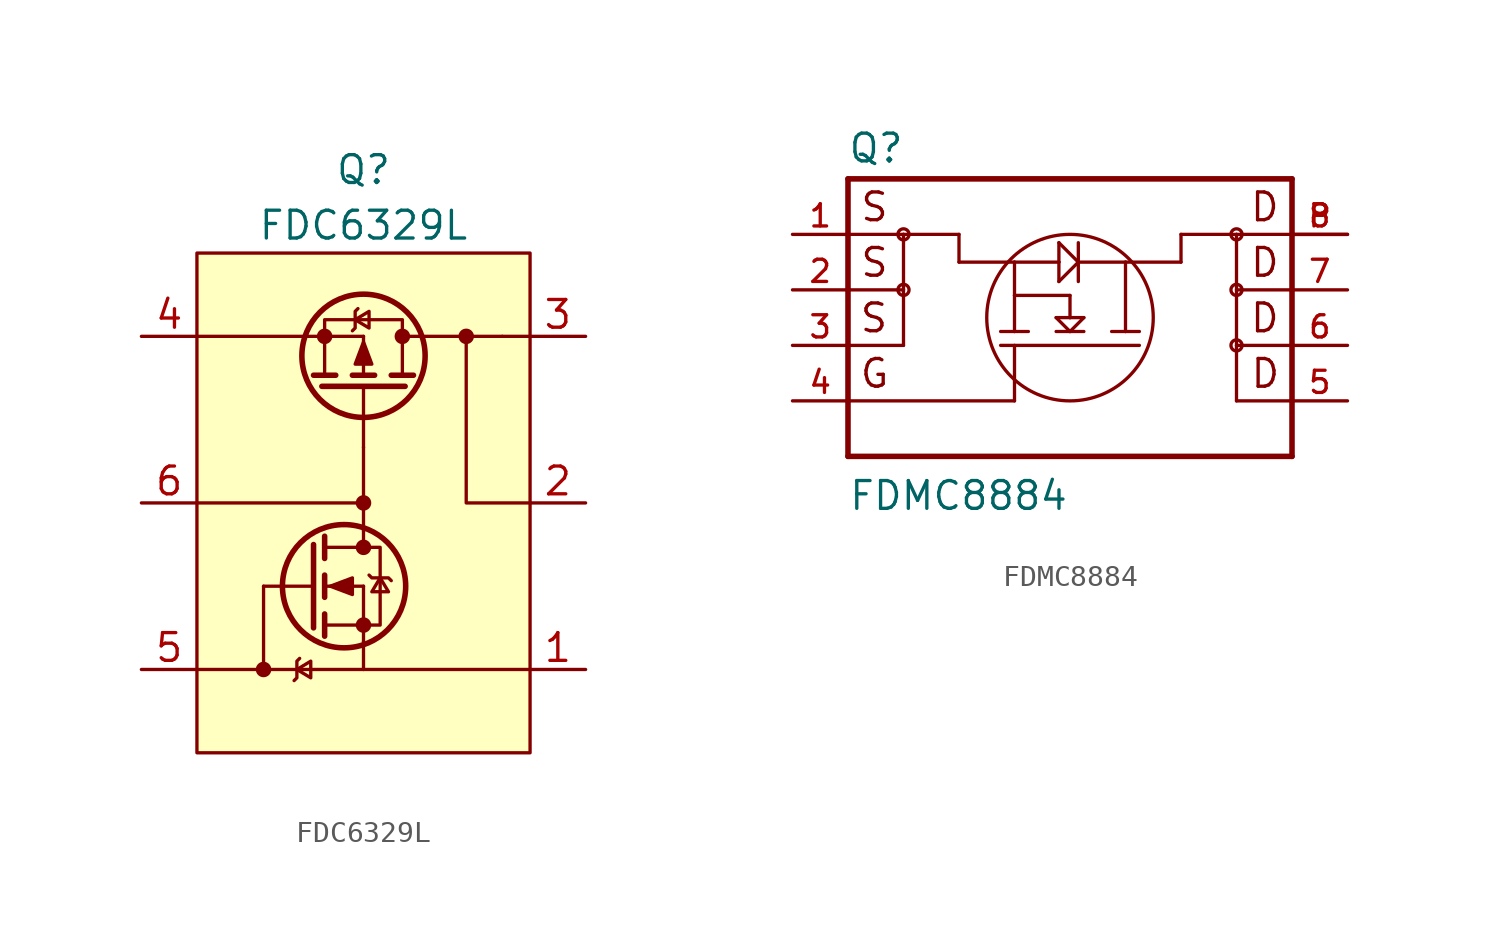
<source format=kicad_sym>
(kicad_symbol_lib
  (version 20201005)
  (generator kicad_symbol_editor)
  (symbol "FDC6329L"
    (pin_names
      (offset 1.016))
    (property "Reference" "Q"
      (at 0 15.24 0)
      (effects (font (size 1.27 1.27))))
    (property "Value" "FDC6329L"
      (at 0 12.7 0)
      (effects (font (size 1.27 1.27))))
    (symbol "FDC6329L_0_1"
      (rectangle (start 7.62 11.43) (end -7.62 -11.43) (stroke (width 0)) (fill (type background)))
      (polyline (pts (xy -7.62 0) (xy 0 0)) (stroke (width 0)) (fill (type none)))
      (polyline (pts (xy -4.572 -7.62) (xy -7.62 -7.62)) (stroke (width 0)) (fill (type none)))
      (polyline (pts (xy -4.572 -3.81) (xy -2.286 -3.81)) (stroke (width 0)) (fill (type none)))
      (polyline (pts (xy -2.54 7.62) (xy -7.62 7.62)) (stroke (width 0)) (fill (type none)))
      (polyline (pts (xy 0 -1.27) (xy 0 2.54)) (stroke (width 0)) (fill (type none)))
      (polyline (pts (xy 2.54 7.62) (xy 6.35 7.62)) (stroke (width 0)) (fill (type none)))
      (polyline (pts (xy 7.62 -7.62) (xy 0 -7.62)) (stroke (width 0)) (fill (type none)))
      (polyline (pts (xy 7.62 7.62) (xy 6.35 7.62)) (stroke (width 0)) (fill (type none)))
      (polyline (pts (xy 7.62 0) (xy 4.699 0) (xy 4.699 7.62)) (stroke (width 0)) (fill (type none)))
      (polyline (pts (xy 0 -6.35) (xy 0 -7.62) (xy -3.81 -7.62) (xy -4.572 -7.62) (xy -4.572 -3.81)) (stroke (width 0)) (fill (type none))))
    (symbol "FDC6329L_1_1"
      (circle (center -4.572 -7.62) (radius 0.279) (stroke (width 0)) (fill (type outline)))
      (circle (center -1.778 7.62) (radius 0.279) (stroke (width 0)) (fill (type outline)))
      (circle (center -0.889 -3.81) (radius 2.819) (stroke (width 0.254)) (fill (type none)))
      (circle (center 0 -5.588) (radius 0.279) (stroke (width 0)) (fill (type outline)))
      (circle (center 0 -2.032) (radius 0.279) (stroke (width 0)) (fill (type outline)))
      (circle (center 0 0) (radius 0.279) (stroke (width 0)) (fill (type outline)))
      (circle (center 0 6.731) (radius 2.819) (stroke (width 0.254)) (fill (type none)))
      (circle (center 1.778 7.62) (radius 0.279) (stroke (width 0)) (fill (type outline)))
      (circle (center 4.699 7.62) (radius 0.279) (stroke (width 0)) (fill (type outline)))
      (polyline (pts (xy -1.778 -5.588) (xy 0 -5.588)) (stroke (width 0)) (fill (type none)))
      (polyline (pts (xy -1.778 -5.08) (xy -1.778 -6.096)) (stroke (width 0.254)) (fill (type none)))
      (polyline (pts (xy -1.778 -3.81) (xy 0 -3.81)) (stroke (width 0)) (fill (type none)))
      (polyline (pts (xy -1.778 -3.302) (xy -1.778 -4.318)) (stroke (width 0.254)) (fill (type none)))
      (polyline (pts (xy -1.778 -2.032) (xy 0 -2.032)) (stroke (width 0)) (fill (type none)))
      (polyline (pts (xy -1.778 -1.524) (xy -1.778 -2.54)) (stroke (width 0.254)) (fill (type none)))
      (polyline (pts (xy -1.778 5.842) (xy -1.778 7.62)) (stroke (width 0)) (fill (type none)))
      (polyline (pts (xy -1.778 7.62) (xy -2.54 7.62)) (stroke (width 0)) (fill (type none)))
      (polyline (pts (xy -1.778 7.62) (xy 0 7.62)) (stroke (width 0)) (fill (type none)))
      (polyline (pts (xy -1.27 5.842) (xy -2.286 5.842)) (stroke (width 0.254)) (fill (type none)))
      (polyline (pts (xy 0 -5.588) (xy 0 -6.35)) (stroke (width 0)) (fill (type none)))
      (polyline (pts (xy 0 -5.588) (xy 0 -3.81)) (stroke (width 0)) (fill (type none)))
      (polyline (pts (xy 0 -1.27) (xy 0 -2.032)) (stroke (width 0)) (fill (type none)))
      (polyline (pts (xy 0 2.54) (xy 0 5.334)) (stroke (width 0)) (fill (type none)))
      (polyline (pts (xy 0 5.842) (xy 0 7.62)) (stroke (width 0)) (fill (type none)))
      (polyline (pts (xy 0.508 5.842) (xy -0.508 5.842)) (stroke (width 0.254)) (fill (type none)))
      (polyline (pts (xy 1.778 5.842) (xy 1.778 7.62)) (stroke (width 0)) (fill (type none)))
      (polyline (pts (xy 2.286 5.842) (xy 1.27 5.842)) (stroke (width 0.254)) (fill (type none)))
      (polyline (pts (xy 2.54 7.62) (xy 1.778 7.62)) (stroke (width 0)) (fill (type none)))
      (polyline (pts (xy -2.286 -1.905) (xy -2.286 -5.715) (xy -2.286 -5.715)) (stroke (width 0.254)) (fill (type none)))
      (polyline (pts (xy 1.905 5.334) (xy -1.905 5.334) (xy -1.905 5.334)) (stroke (width 0.254)) (fill (type none)))
      (polyline (pts (xy -3.175 -8.128) (xy -3.048 -8.001) (xy -3.048 -7.239) (xy -2.921 -7.112)) (stroke (width 0)) (fill (type none)))
      (polyline (pts (xy -3.048 -7.62) (xy -2.413 -8.001) (xy -2.413 -7.239) (xy -3.048 -7.62)) (stroke (width 0)) (fill (type none)))
      (polyline (pts (xy -1.778 7.62) (xy -1.778 8.382) (xy 1.778 8.382) (xy 1.778 7.62)) (stroke (width 0)) (fill (type none)))
      (polyline (pts (xy -1.524 -3.81) (xy -0.508 -3.429) (xy -0.508 -4.191) (xy -1.524 -3.81)) (stroke (width 0)) (fill (type outline)))
      (polyline (pts (xy -0.508 7.874) (xy -0.381 8.001) (xy -0.381 8.763) (xy -0.254 8.89)) (stroke (width 0)) (fill (type none)))
      (polyline (pts (xy -0.381 8.382) (xy 0.254 8.001) (xy 0.254 8.763) (xy -0.381 8.382)) (stroke (width 0)) (fill (type none)))
      (polyline (pts (xy 0 -5.588) (xy 0.762 -5.588) (xy 0.762 -2.032) (xy 0 -2.032)) (stroke (width 0)) (fill (type none)))
      (polyline (pts (xy 0 7.366) (xy -0.381 6.35) (xy 0.381 6.35) (xy 0 7.366)) (stroke (width 0)) (fill (type outline)))
      (polyline (pts (xy 0.254 -3.302) (xy 0.381 -3.429) (xy 1.143 -3.429) (xy 1.27 -3.556)) (stroke (width 0)) (fill (type none)))
      (polyline (pts (xy 0.762 -3.429) (xy 0.381 -4.064) (xy 1.143 -4.064) (xy 0.762 -3.429)) (stroke (width 0)) (fill (type none)))
      (pin passive line (at 10.16 -7.62 180) (length 2.54) (name "~" (effects (font (size 1.27 1.27)))) (number "1" (effects (font (size 1.27 1.27)))))
      (pin passive line (at 10.16 0 180) (length 2.54) (name "~" (effects (font (size 1.27 1.27)))) (number "2" (effects (font (size 1.27 1.27)))))
      (pin passive line (at 10.16 7.62 180) (length 2.54) (name "~" (effects (font (size 1.27 1.27)))) (number "3" (effects (font (size 1.27 1.27)))))
      (pin passive line (at -10.16 7.62 0) (length 2.54) (name "~" (effects (font (size 1.27 1.27)))) (number "4" (effects (font (size 1.27 1.27)))))
      (pin passive line (at -10.16 -7.62 0) (length 2.54) (name "~" (effects (font (size 1.27 1.27)))) (number "5" (effects (font (size 1.27 1.27)))))
      (pin passive line (at -10.16 0 0) (length 2.54) (name "~" (effects (font (size 1.27 1.27)))) (number "6" (effects (font (size 1.27 1.27)))))))
  (symbol "FDMC8884"
    (pin_names
      (offset 1.016) hide)
    (property "Reference" "Q"
      (at -10.185 8.28 0)
      (effects (font (size 1.27 1.27)) (justify left bottom)))
    (property "Value" "FDMC8884"
      (at -10.16 -7.62 0)
      (effects (font (size 1.27 1.27)) (justify left bottom)))
    (symbol "FDMC8884_0_0"
      (circle (center -7.62 2.54) (radius 0.254) (stroke (width 0)) (fill (type none)))
      (circle (center -7.62 5.08) (radius 0.254) (stroke (width 0)) (fill (type none)))
      (circle (center 0 1.27) (radius 3.81) (stroke (width 0.152)) (fill (type none)))
      (circle (center 7.62 0) (radius 0.254) (stroke (width 0)) (fill (type none)))
      (circle (center 7.62 2.54) (radius 0.254) (stroke (width 0)) (fill (type none)))
      (circle (center 7.62 5.08) (radius 0.254) (stroke (width 0)) (fill (type none)))
      (text "D" (at 9.652 0.508 0) (effects (font (size 1.27 1.27)) (justify right bottom)))
      (text "D" (at 9.652 3.048 0) (effects (font (size 1.27 1.27)) (justify right bottom)))
      (text "D" (at 9.652 5.588 0) (effects (font (size 1.27 1.27)) (justify right bottom)))
      (text "D" (at 9.677 -2.032 0) (effects (font (size 1.27 1.27)) (justify right bottom)))
      (text "G" (at -9.677 -2.032 0) (effects (font (size 1.27 1.27)) (justify left bottom)))
      (text "S" (at -9.677 0.508 0) (effects (font (size 1.27 1.27)) (justify left bottom)))
      (text "S" (at -9.652 3.048 0) (effects (font (size 1.27 1.27)) (justify left bottom)))
      (text "S" (at -9.652 5.588 0) (effects (font (size 1.27 1.27)) (justify left bottom)))
      (polyline (pts (xy -10.16 -5.08) (xy 10.16 -5.08)) (stroke (width 0.254)) (fill (type none)))
      (polyline (pts (xy -10.16 -2.54) (xy -10.16 -5.08)) (stroke (width 0.254)) (fill (type none)))
      (polyline (pts (xy -10.16 -2.54) (xy -2.54 -2.54)) (stroke (width 0.152)) (fill (type none)))
      (polyline (pts (xy -10.16 0) (xy -10.16 -2.54)) (stroke (width 0.254)) (fill (type none)))
      (polyline (pts (xy -10.16 0) (xy -7.62 0)) (stroke (width 0.152)) (fill (type none)))
      (polyline (pts (xy -10.16 2.54) (xy -10.16 0)) (stroke (width 0.254)) (fill (type none)))
      (polyline (pts (xy -10.16 2.54) (xy -7.62 2.54)) (stroke (width 0.152)) (fill (type none)))
      (polyline (pts (xy -10.16 5.08) (xy -10.16 2.54)) (stroke (width 0.254)) (fill (type none)))
      (polyline (pts (xy -10.16 5.08) (xy -7.62 5.08)) (stroke (width 0.152)) (fill (type none)))
      (polyline (pts (xy -10.16 7.62) (xy -10.16 5.08)) (stroke (width 0.254)) (fill (type none)))
      (polyline (pts (xy -7.62 0) (xy -7.62 2.54)) (stroke (width 0.152)) (fill (type none)))
      (polyline (pts (xy -7.62 2.54) (xy -7.62 5.08)) (stroke (width 0.152)) (fill (type none)))
      (polyline (pts (xy -7.62 5.08) (xy -5.08 5.08)) (stroke (width 0.152)) (fill (type none)))
      (polyline (pts (xy -5.08 3.81) (xy -2.54 3.81)) (stroke (width 0.152)) (fill (type none)))
      (polyline (pts (xy -5.08 5.08) (xy -5.08 3.81)) (stroke (width 0.152)) (fill (type none)))
      (polyline (pts (xy -3.175 0) (xy 3.175 0)) (stroke (width 0.152)) (fill (type none)))
      (polyline (pts (xy -3.175 0.635) (xy -2.54 0.635)) (stroke (width 0.152)) (fill (type none)))
      (polyline (pts (xy -2.54 -2.54) (xy -2.54 0)) (stroke (width 0.152)) (fill (type none)))
      (polyline (pts (xy -2.54 0.635) (xy -2.54 2.286)) (stroke (width 0.152)) (fill (type none)))
      (polyline (pts (xy -2.54 0.635) (xy -1.905 0.635)) (stroke (width 0.152)) (fill (type none)))
      (polyline (pts (xy -2.54 2.286) (xy -2.54 3.81)) (stroke (width 0.152)) (fill (type none)))
      (polyline (pts (xy -0.635 0.635) (xy 0 0.635)) (stroke (width 0.152)) (fill (type none)))
      (polyline (pts (xy -0.635 1.27) (xy 0 0.635)) (stroke (width 0.152)) (fill (type none)))
      (polyline (pts (xy -0.508 2.921) (xy 0.381 3.81)) (stroke (width 0.152)) (fill (type none)))
      (polyline (pts (xy -0.508 3.81) (xy -2.54 3.81)) (stroke (width 0.152)) (fill (type none)))
      (polyline (pts (xy -0.508 3.81) (xy -0.508 2.921)) (stroke (width 0.152)) (fill (type none)))
      (polyline (pts (xy -0.508 4.699) (xy -0.508 3.81)) (stroke (width 0.152)) (fill (type none)))
      (polyline (pts (xy 0 0.635) (xy 0.635 0.635)) (stroke (width 0.152)) (fill (type none)))
      (polyline (pts (xy 0 0.635) (xy 0.635 1.27)) (stroke (width 0.152)) (fill (type none)))
      (polyline (pts (xy 0 1.27) (xy -0.635 1.27)) (stroke (width 0.152)) (fill (type none)))
      (polyline (pts (xy 0 2.286) (xy -2.54 2.286)) (stroke (width 0.152)) (fill (type none)))
      (polyline (pts (xy 0 2.286) (xy 0 1.27)) (stroke (width 0.152)) (fill (type none)))
      (polyline (pts (xy 0.381 3.81) (xy -0.508 4.699)) (stroke (width 0.152)) (fill (type none)))
      (polyline (pts (xy 0.381 3.81) (xy 0.381 2.921)) (stroke (width 0.152)) (fill (type none)))
      (polyline (pts (xy 0.381 3.81) (xy 2.54 3.81)) (stroke (width 0.152)) (fill (type none)))
      (polyline (pts (xy 0.381 4.699) (xy 0.381 3.81)) (stroke (width 0.152)) (fill (type none)))
      (polyline (pts (xy 0.635 1.27) (xy 0 1.27)) (stroke (width 0.152)) (fill (type none)))
      (polyline (pts (xy 1.905 0.635) (xy 2.54 0.635)) (stroke (width 0.152)) (fill (type none)))
      (polyline (pts (xy 2.54 0.635) (xy 3.175 0.635)) (stroke (width 0.152)) (fill (type none)))
      (polyline (pts (xy 2.54 3.81) (xy 2.54 0.635)) (stroke (width 0.152)) (fill (type none)))
      (polyline (pts (xy 5.08 3.81) (xy 2.54 3.81)) (stroke (width 0.152)) (fill (type none)))
      (polyline (pts (xy 5.08 5.08) (xy 5.08 3.81)) (stroke (width 0.152)) (fill (type none)))
      (polyline (pts (xy 7.62 -2.54) (xy 10.16 -2.54)) (stroke (width 0.152)) (fill (type none)))
      (polyline (pts (xy 7.62 0) (xy 7.62 -2.54)) (stroke (width 0.152)) (fill (type none)))
      (polyline (pts (xy 7.62 0) (xy 10.16 0)) (stroke (width 0.152)) (fill (type none)))
      (polyline (pts (xy 7.62 2.54) (xy 7.62 0)) (stroke (width 0.152)) (fill (type none)))
      (polyline (pts (xy 7.62 2.54) (xy 7.62 5.08)) (stroke (width 0.152)) (fill (type none)))
      (polyline (pts (xy 7.62 2.54) (xy 10.16 2.54)) (stroke (width 0.152)) (fill (type none)))
      (polyline (pts (xy 7.62 5.08) (xy 5.08 5.08)) (stroke (width 0.152)) (fill (type none)))
      (polyline (pts (xy 7.62 5.08) (xy 10.16 5.08)) (stroke (width 0.152)) (fill (type none)))
      (polyline (pts (xy 10.16 -5.08) (xy 10.16 -2.54)) (stroke (width 0.254)) (fill (type none)))
      (polyline (pts (xy 10.16 -2.54) (xy 10.16 0)) (stroke (width 0.254)) (fill (type none)))
      (polyline (pts (xy 10.16 0) (xy 10.16 2.54)) (stroke (width 0.254)) (fill (type none)))
      (polyline (pts (xy 10.16 2.54) (xy 10.16 5.08)) (stroke (width 0.254)) (fill (type none)))
      (polyline (pts (xy 10.16 5.08) (xy 10.16 7.62)) (stroke (width 0.254)) (fill (type none)))
      (polyline (pts (xy 10.16 7.62) (xy -10.16 7.62)) (stroke (width 0.254)) (fill (type none)))
      (pin power_in line (at -12.7 5.08 0) (length 2.54) (name "S1" (effects (font (size 1.016 1.016)))) (number "1" (effects (font (size 1.016 1.016)))))
      (pin power_in line (at -12.7 2.54 0) (length 2.54) (name "S2" (effects (font (size 1.016 1.016)))) (number "2" (effects (font (size 1.016 1.016)))))
      (pin power_in line (at -12.7 0 0) (length 2.54) (name "S3" (effects (font (size 1.016 1.016)))) (number "3" (effects (font (size 1.016 1.016)))))
      (pin passive line (at -12.7 -2.54 0) (length 2.54) (name "G" (effects (font (size 1.016 1.016)))) (number "4" (effects (font (size 1.016 1.016)))))
      (pin power_in line (at 12.7 -2.54 180) (length 2.54) (name "D1" (effects (font (size 1.016 1.016)))) (number "5" (effects (font (size 1.016 1.016)))))
      (pin power_in line (at 12.7 0 180) (length 2.54) (name "D2" (effects (font (size 1.016 1.016)))) (number "6" (effects (font (size 1.016 1.016)))))
      (pin power_in line (at 12.7 2.54 180) (length 2.54) (name "D3" (effects (font (size 1.016 1.016)))) (number "7" (effects (font (size 1.016 1.016)))))
      (pin power_in line (at 12.7 5.08 180) (length 2.54) (name "D4" (effects (font (size 1.016 1.016)))) (number "8" (effects (font (size 1.016 1.016)))))
      (pin power_in line (at 12.7 5.08 180) (length 2.54) (name "D4" (effects (font (size 1.016 1.016)))) (number "P" (effects (font (size 1.016 1.016))))))))
</source>
